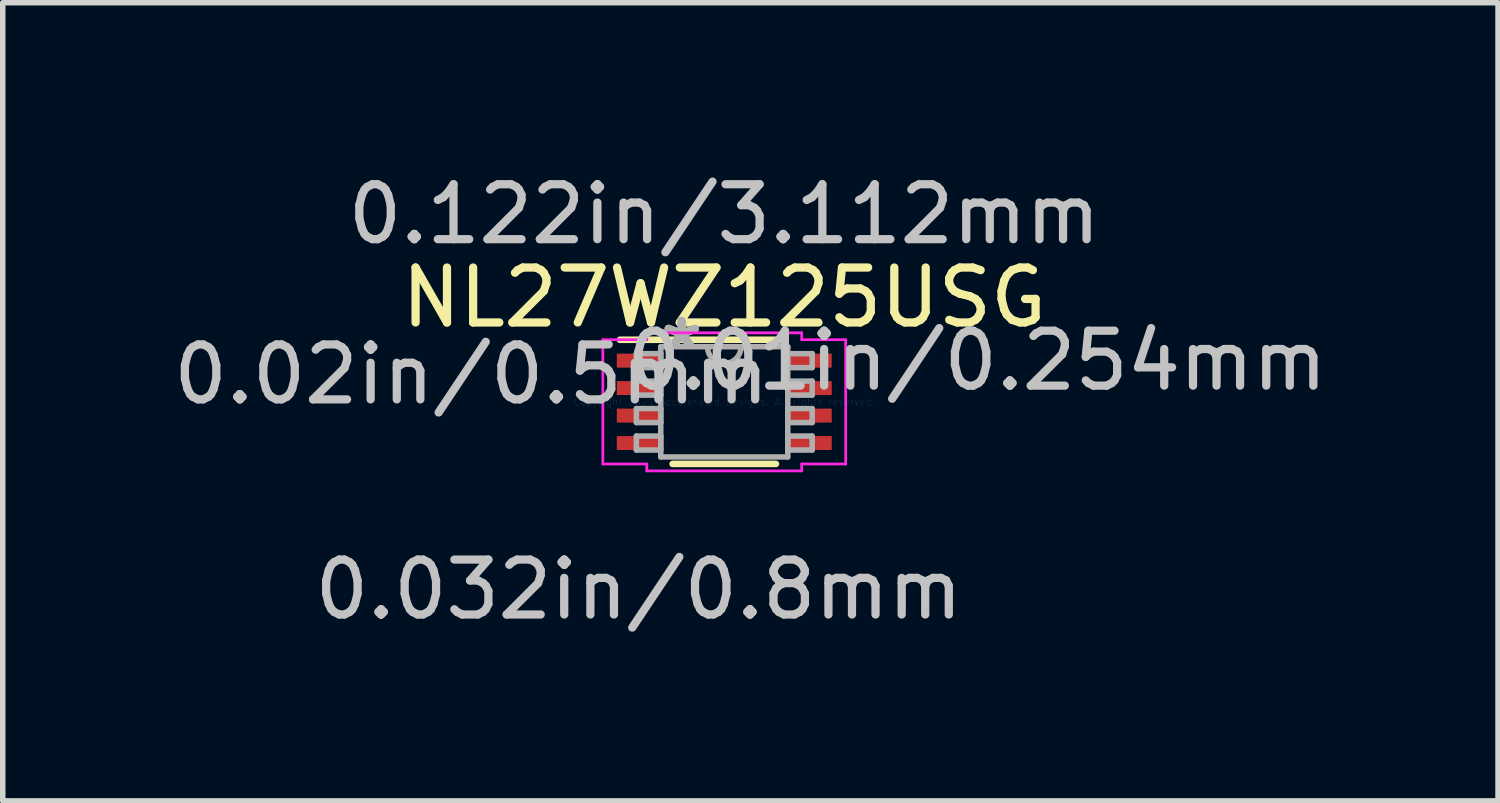
<source format=kicad_pcb>
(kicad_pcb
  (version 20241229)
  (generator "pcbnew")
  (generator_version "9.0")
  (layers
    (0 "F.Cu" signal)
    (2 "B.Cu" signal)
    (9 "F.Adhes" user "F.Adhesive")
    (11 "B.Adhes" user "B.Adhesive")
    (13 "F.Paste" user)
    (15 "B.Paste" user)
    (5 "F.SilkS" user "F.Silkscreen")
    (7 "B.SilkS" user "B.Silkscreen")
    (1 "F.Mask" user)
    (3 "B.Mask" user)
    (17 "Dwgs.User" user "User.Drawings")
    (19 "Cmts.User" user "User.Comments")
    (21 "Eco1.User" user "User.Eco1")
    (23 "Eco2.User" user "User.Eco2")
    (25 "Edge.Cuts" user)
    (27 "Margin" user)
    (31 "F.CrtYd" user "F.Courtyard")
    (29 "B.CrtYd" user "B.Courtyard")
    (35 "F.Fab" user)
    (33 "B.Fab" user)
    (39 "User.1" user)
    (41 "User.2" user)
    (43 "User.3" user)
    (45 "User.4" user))
  (footprint "NL27WZ125USG"
    (layer "F.Cu")
    (at 10.134 4.265)
    (property "Reference" "NL27WZ125USG" (at 0 -1.9 0) (layer "F.SilkS") (effects (font (size 1 1) (thickness 0.15))))
    (attr through_hole)
    (fp_line (start -0.94 1.13) (end 0.94 1.13) (stroke (width 0.12) (type solid)) (layer "F.SilkS"))
    (fp_line (start 0.94 -1.13) (end -1.9 -1.13) (stroke (width 0.12) (type solid)) (layer "F.SilkS"))
    (fp_line (start -2.21 -1.131) (end -1.41 -1.131) (stroke (width 0.05) (type solid)) (layer "F.CrtYd"))
    (fp_line (start -2.21 1.131) (end -2.21 -1.131) (stroke (width 0.05) (type solid)) (layer "F.CrtYd"))
    (fp_line (start -1.41 -1.257) (end 1.41 -1.257) (stroke (width 0.05) (type solid)) (layer "F.CrtYd"))
    (fp_line (start -1.41 -1.131) (end -1.41 -1.257) (stroke (width 0.05) (type solid)) (layer "F.CrtYd"))
    (fp_line (start -1.41 1.131) (end -2.21 1.131) (stroke (width 0.05) (type solid)) (layer "F.CrtYd"))
    (fp_line (start -1.41 1.257) (end -1.41 1.131) (stroke (width 0.05) (type solid)) (layer "F.CrtYd"))
    (fp_line (start 1.41 -1.257) (end 1.41 -1.131) (stroke (width 0.05) (type solid)) (layer "F.CrtYd"))
    (fp_line (start 1.41 -1.131) (end 2.21 -1.131) (stroke (width 0.05) (type solid)) (layer "F.CrtYd"))
    (fp_line (start 1.41 1.131) (end 1.41 1.257) (stroke (width 0.05) (type solid)) (layer "F.CrtYd"))
    (fp_line (start 1.41 1.257) (end -1.41 1.257) (stroke (width 0.05) (type solid)) (layer "F.CrtYd"))
    (fp_line (start 2.21 -1.131) (end 2.21 1.131) (stroke (width 0.05) (type solid)) (layer "F.CrtYd"))
    (fp_line (start 2.21 1.131) (end 1.41 1.131) (stroke (width 0.05) (type solid)) (layer "F.CrtYd"))
    (fp_line (start -1.6 -0.877) (end -1.6 -0.623) (stroke (width 0.1) (type solid)) (layer "F.Fab"))
    (fp_line (start -1.6 -0.623) (end -1.156 -0.623) (stroke (width 0.1) (type solid)) (layer "F.Fab"))
    (fp_line (start -1.6 -0.377) (end -1.6 -0.123) (stroke (width 0.1) (type solid)) (layer "F.Fab"))
    (fp_line (start -1.6 -0.123) (end -1.156 -0.123) (stroke (width 0.1) (type solid)) (layer "F.Fab"))
    (fp_line (start -1.6 0.123) (end -1.6 0.377) (stroke (width 0.1) (type solid)) (layer "F.Fab"))
    (fp_line (start -1.6 0.377) (end -1.156 0.377) (stroke (width 0.1) (type solid)) (layer "F.Fab"))
    (fp_line (start -1.6 0.623) (end -1.6 0.877) (stroke (width 0.1) (type solid)) (layer "F.Fab"))
    (fp_line (start -1.6 0.877) (end -1.156 0.877) (stroke (width 0.1) (type solid)) (layer "F.Fab"))
    (fp_line (start -1.156 -1.003) (end -1.156 1.003) (stroke (width 0.1) (type solid)) (layer "F.Fab"))
    (fp_line (start -1.156 -0.877) (end -1.6 -0.877) (stroke (width 0.1) (type solid)) (layer "F.Fab"))
    (fp_line (start -1.156 -0.623) (end -1.156 -0.877) (stroke (width 0.1) (type solid)) (layer "F.Fab"))
    (fp_line (start -1.156 -0.377) (end -1.6 -0.377) (stroke (width 0.1) (type solid)) (layer "F.Fab"))
    (fp_line (start -1.156 -0.123) (end -1.156 -0.377) (stroke (width 0.1) (type solid)) (layer "F.Fab"))
    (fp_line (start -1.156 0.123) (end -1.6 0.123) (stroke (width 0.1) (type solid)) (layer "F.Fab"))
    (fp_line (start -1.156 0.377) (end -1.156 0.123) (stroke (width 0.1) (type solid)) (layer "F.Fab"))
    (fp_line (start -1.156 0.623) (end -1.6 0.623) (stroke (width 0.1) (type solid)) (layer "F.Fab"))
    (fp_line (start -1.156 0.877) (end -1.156 0.623) (stroke (width 0.1) (type solid)) (layer "F.Fab"))
    (fp_line (start -1.156 1.003) (end 1.156 1.003) (stroke (width 0.1) (type solid)) (layer "F.Fab"))
    (fp_line (start 1.156 -1.003) (end -1.156 -1.003) (stroke (width 0.1) (type solid)) (layer "F.Fab"))
    (fp_line (start 1.156 -0.877) (end 1.156 -0.623) (stroke (width 0.1) (type solid)) (layer "F.Fab"))
    (fp_line (start 1.156 -0.623) (end 1.6 -0.623) (stroke (width 0.1) (type solid)) (layer "F.Fab"))
    (fp_line (start 1.156 -0.377) (end 1.156 -0.123) (stroke (width 0.1) (type solid)) (layer "F.Fab"))
    (fp_line (start 1.156 -0.123) (end 1.6 -0.123) (stroke (width 0.1) (type solid)) (layer "F.Fab"))
    (fp_line (start 1.156 0.123) (end 1.156 0.377) (stroke (width 0.1) (type solid)) (layer "F.Fab"))
    (fp_line (start 1.156 0.377) (end 1.6 0.377) (stroke (width 0.1) (type solid)) (layer "F.Fab"))
    (fp_line (start 1.156 0.623) (end 1.156 0.877) (stroke (width 0.1) (type solid)) (layer "F.Fab"))
    (fp_line (start 1.156 0.877) (end 1.6 0.877) (stroke (width 0.1) (type solid)) (layer "F.Fab"))
    (fp_line (start 1.156 1.003) (end 1.156 -1.003) (stroke (width 0.1) (type solid)) (layer "F.Fab"))
    (fp_line (start 1.6 -0.877) (end 1.156 -0.877) (stroke (width 0.1) (type solid)) (layer "F.Fab"))
    (fp_line (start 1.6 -0.623) (end 1.6 -0.877) (stroke (width 0.1) (type solid)) (layer "F.Fab"))
    (fp_line (start 1.6 -0.377) (end 1.156 -0.377) (stroke (width 0.1) (type solid)) (layer "F.Fab"))
    (fp_line (start 1.6 -0.123) (end 1.6 -0.377) (stroke (width 0.1) (type solid)) (layer "F.Fab"))
    (fp_line (start 1.6 0.123) (end 1.156 0.123) (stroke (width 0.1) (type solid)) (layer "F.Fab"))
    (fp_line (start 1.6 0.377) (end 1.6 0.123) (stroke (width 0.1) (type solid)) (layer "F.Fab"))
    (fp_line (start 1.6 0.623) (end 1.156 0.623) (stroke (width 0.1) (type solid)) (layer "F.Fab"))
    (fp_line (start 1.6 0.877) (end 1.6 0.623) (stroke (width 0.1) (type solid)) (layer "F.Fab"))
    (fp_arc (start 0.3048 -1.0033) (mid 0 -0.6985) (end -0.3048 -1.0033) (stroke (width 0.1) (type solid)) (layer "F.Fab"))
    (fp_text user "0.02in/0.5mm" (at -4.604 -0.5 0) (layer "Dwgs.User") (effects (font (size 1 1) (thickness 0.15))))
    (fp_text user "0.032in/0.8mm" (at -1.556 3.416 0) (layer "Dwgs.User") (effects (font (size 1 1) (thickness 0.15))))
    (fp_text user "0.01in/0.254mm" (at 4.604 -0.75 0) (layer "Dwgs.User") (effects (font (size 1 1) (thickness 0.15))))
    (fp_text user "0.122in/3.112mm" (at 0 -3.416 0) (layer "Dwgs.User") (effects (font (size 1 1) (thickness 0.15))))
    (fp_text user "Copyright 2021 Accelerated Designs. All rights reserved." (at 0 0 0) (layer "Cmts.User") (effects (font (size 0.127 0.127) (thickness 0.002))))
    (fp_text user "*" (at -0.775 -0.927 0) (layer "F.Fab") (effects (font (size 1 1) (thickness 0.15))))
    (fp_text user "*" (at -0.775 -0.927 0) (layer "F.Fab") (effects (font (size 1 1) (thickness 0.15))))
    (pad "1" smd rect (at -1.556 -0.75) (size 0.8 0.254) (layers "F.Cu" "F.Mask" "F.Paste"))
    (pad "2" smd rect (at -1.556 -0.25) (size 0.8 0.254) (layers "F.Cu" "F.Mask" "F.Paste"))
    (pad "3" smd rect (at -1.556 0.25) (size 0.8 0.254) (layers "F.Cu" "F.Mask" "F.Paste"))
    (pad "4" smd rect (at -1.556 0.75) (size 0.8 0.254) (layers "F.Cu" "F.Mask" "F.Paste"))
    (pad "5" smd rect (at 1.556 0.75) (size 0.8 0.254) (layers "F.Cu" "F.Mask" "F.Paste"))
    (pad "6" smd rect (at 1.556 0.25) (size 0.8 0.254) (layers "F.Cu" "F.Mask" "F.Paste"))
    (pad "7" smd rect (at 1.556 -0.25) (size 0.8 0.254) (layers "F.Cu" "F.Mask" "F.Paste"))
    (pad "8" smd rect (at 1.556 -0.75) (size 0.8 0.254) (layers "F.Cu" "F.Mask" "F.Paste")))
  (gr_rect
    (start -3 -3)
    (end 24.219 11.529)
    (stroke (width 0.1) (type default))
    (fill no)
    (layer "Edge.Cuts")))
</source>
